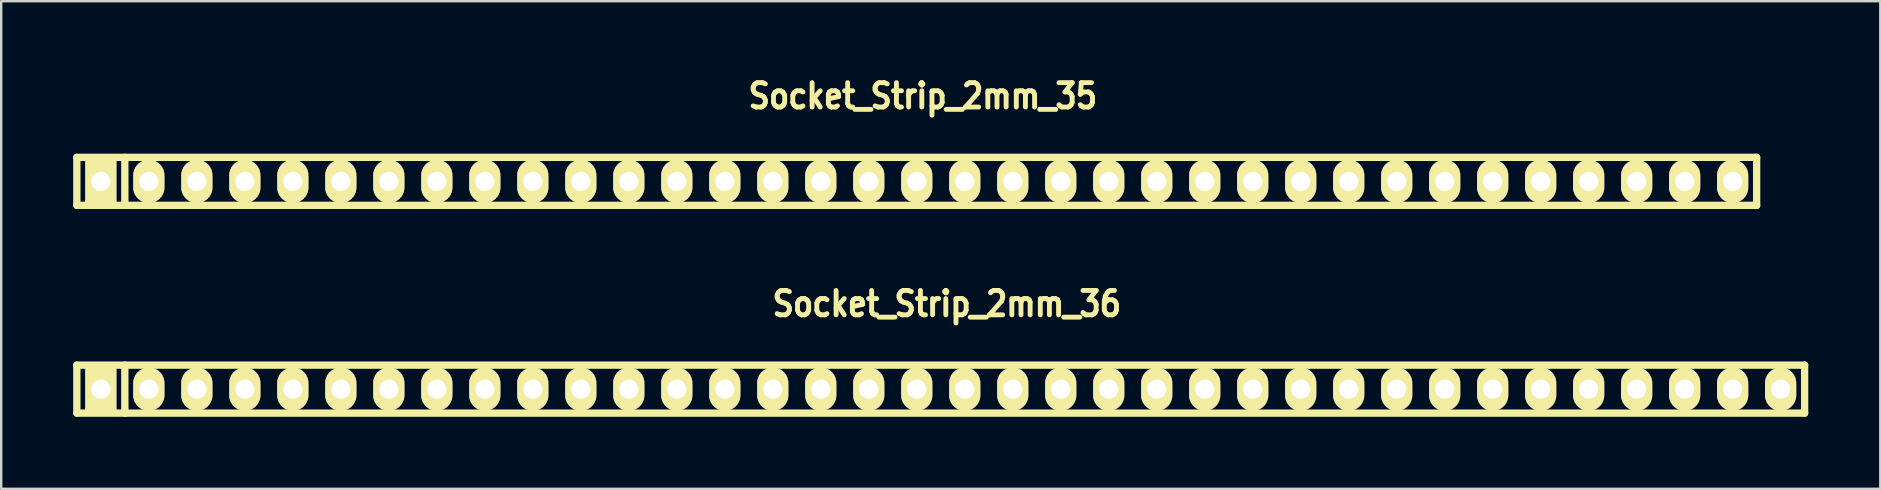
<source format=kicad_pcb>
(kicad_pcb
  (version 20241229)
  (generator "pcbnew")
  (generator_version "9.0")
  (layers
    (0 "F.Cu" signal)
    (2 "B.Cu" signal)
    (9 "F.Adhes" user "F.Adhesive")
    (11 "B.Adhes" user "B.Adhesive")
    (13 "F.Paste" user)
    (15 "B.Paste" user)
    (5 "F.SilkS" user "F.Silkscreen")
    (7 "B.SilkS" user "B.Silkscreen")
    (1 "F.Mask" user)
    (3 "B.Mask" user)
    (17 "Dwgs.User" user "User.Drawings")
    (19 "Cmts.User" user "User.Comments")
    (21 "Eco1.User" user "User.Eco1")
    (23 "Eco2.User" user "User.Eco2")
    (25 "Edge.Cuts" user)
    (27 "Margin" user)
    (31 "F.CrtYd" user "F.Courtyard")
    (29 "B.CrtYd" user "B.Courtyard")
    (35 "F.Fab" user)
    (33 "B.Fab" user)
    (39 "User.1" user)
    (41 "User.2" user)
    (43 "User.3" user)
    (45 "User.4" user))
  (footprint "Socket_Strip_2mm_35"
    (layer "F.Cu")
    (at 35.152 4.507)
    (property "Reference" "Socket_Strip_2mm_35" (at 0.254 -3.556 0) (layer "F.SilkS") (effects (font (size 1.016 0.889) (thickness 0.203))))
    (attr through_hole)
    (fp_line (start -35 -1) (end 35 -1) (stroke (width 0.305) (type solid)) (layer "F.SilkS"))
    (fp_line (start -35 1) (end -35 -1) (stroke (width 0.305) (type solid)) (layer "F.SilkS"))
    (fp_line (start -33 -1) (end -33 1) (stroke (width 0.305) (type solid)) (layer "F.SilkS"))
    (fp_line (start 35 -1) (end 35 1) (stroke (width 0.305) (type solid)) (layer "F.SilkS"))
    (fp_line (start 35 1) (end -35 1) (stroke (width 0.305) (type solid)) (layer "F.SilkS"))
    (pad "1" thru_hole rect (at -34 0) (size 1.3 1.8) (drill 0.8) (layers "*.Cu" "*.Mask" "F.SilkS"))
    (pad "2" thru_hole oval (at -32 0) (size 1.3 1.8) (drill 0.8) (layers "*.Cu" "*.Mask" "F.SilkS"))
    (pad "3" thru_hole oval (at -30 0) (size 1.3 1.8) (drill 0.8) (layers "*.Cu" "*.Mask" "F.SilkS"))
    (pad "4" thru_hole oval (at -28 0) (size 1.3 1.8) (drill 0.8) (layers "*.Cu" "*.Mask" "F.SilkS"))
    (pad "5" thru_hole oval (at -26 0) (size 1.3 1.8) (drill 0.8) (layers "*.Cu" "*.Mask" "F.SilkS"))
    (pad "6" thru_hole oval (at -24 0) (size 1.3 1.8) (drill 0.8) (layers "*.Cu" "*.Mask" "F.SilkS"))
    (pad "7" thru_hole oval (at -22 0) (size 1.3 1.8) (drill 0.8) (layers "*.Cu" "*.Mask" "F.SilkS"))
    (pad "8" thru_hole oval (at -20 0) (size 1.3 1.8) (drill 0.8) (layers "*.Cu" "*.Mask" "F.SilkS"))
    (pad "9" thru_hole oval (at -18 0) (size 1.3 1.8) (drill 0.8) (layers "*.Cu" "*.Mask" "F.SilkS"))
    (pad "10" thru_hole oval (at -16 0) (size 1.3 1.8) (drill 0.8) (layers "*.Cu" "*.Mask" "F.SilkS"))
    (pad "11" thru_hole oval (at -14 0) (size 1.3 1.8) (drill 0.8) (layers "*.Cu" "*.Mask" "F.SilkS"))
    (pad "12" thru_hole oval (at -12 0) (size 1.3 1.8) (drill 0.8) (layers "*.Cu" "*.Mask" "F.SilkS"))
    (pad "13" thru_hole oval (at -10 0) (size 1.3 1.8) (drill 0.8) (layers "*.Cu" "*.Mask" "F.SilkS"))
    (pad "14" thru_hole oval (at -8 0) (size 1.3 1.8) (drill 0.8) (layers "*.Cu" "*.Mask" "F.SilkS"))
    (pad "15" thru_hole oval (at -6 0) (size 1.3 1.8) (drill 0.8) (layers "*.Cu" "*.Mask" "F.SilkS"))
    (pad "16" thru_hole oval (at -4 0) (size 1.3 1.8) (drill 0.8) (layers "*.Cu" "*.Mask" "F.SilkS"))
    (pad "17" thru_hole oval (at -2 0) (size 1.3 1.8) (drill 0.8) (layers "*.Cu" "*.Mask" "F.SilkS"))
    (pad "18" thru_hole oval (at 0 0) (size 1.3 1.8) (drill 0.8) (layers "*.Cu" "*.Mask" "F.SilkS"))
    (pad "19" thru_hole oval (at 2 0) (size 1.3 1.8) (drill 0.8) (layers "*.Cu" "*.Mask" "F.SilkS"))
    (pad "20" thru_hole oval (at 4 0) (size 1.3 1.8) (drill 0.8) (layers "*.Cu" "*.Mask" "F.SilkS"))
    (pad "21" thru_hole oval (at 6 0) (size 1.3 1.8) (drill 0.8) (layers "*.Cu" "*.Mask" "F.SilkS"))
    (pad "22" thru_hole oval (at 8 0) (size 1.3 1.8) (drill 0.8) (layers "*.Cu" "*.Mask" "F.SilkS"))
    (pad "23" thru_hole oval (at 10 0) (size 1.3 1.8) (drill 0.8) (layers "*.Cu" "*.Mask" "F.SilkS"))
    (pad "24" thru_hole oval (at 12 0) (size 1.3 1.8) (drill 0.8) (layers "*.Cu" "*.Mask" "F.SilkS"))
    (pad "25" thru_hole oval (at 14 0) (size 1.3 1.8) (drill 0.8) (layers "*.Cu" "*.Mask" "F.SilkS"))
    (pad "26" thru_hole oval (at 16 0) (size 1.3 1.8) (drill 0.8) (layers "*.Cu" "*.Mask" "F.SilkS"))
    (pad "27" thru_hole oval (at 18 0) (size 1.3 1.8) (drill 0.8) (layers "*.Cu" "*.Mask" "F.SilkS"))
    (pad "28" thru_hole oval (at 20 0) (size 1.3 1.8) (drill 0.8) (layers "*.Cu" "*.Mask" "F.SilkS"))
    (pad "29" thru_hole oval (at 22 0) (size 1.3 1.8) (drill 0.8) (layers "*.Cu" "*.Mask" "F.SilkS"))
    (pad "30" thru_hole oval (at 24 0) (size 1.3 1.8) (drill 0.8) (layers "*.Cu" "*.Mask" "F.SilkS"))
    (pad "31" thru_hole oval (at 26 0) (size 1.3 1.8) (drill 0.8) (layers "*.Cu" "*.Mask" "F.SilkS"))
    (pad "32" thru_hole oval (at 28 0) (size 1.3 1.8) (drill 0.8) (layers "*.Cu" "*.Mask" "F.SilkS"))
    (pad "33" thru_hole oval (at 30 0) (size 1.3 1.8) (drill 0.8) (layers "*.Cu" "*.Mask" "F.SilkS"))
    (pad "34" thru_hole oval (at 32 0) (size 1.3 1.8) (drill 0.8) (layers "*.Cu" "*.Mask" "F.SilkS"))
    (pad "35" thru_hole oval (at 34 0) (size 1.3 1.8) (drill 0.8) (layers "*.Cu" "*.Mask" "F.SilkS")))
  (footprint "Socket_Strip_2mm_36"
    (layer "F.Cu")
    (at 36.152 13.166)
    (property "Reference" "Socket_Strip_2mm_36" (at 0.254 -3.556 0) (layer "F.SilkS") (effects (font (size 1.016 0.889) (thickness 0.203))))
    (attr through_hole)
    (fp_line (start -36 -1) (end 36 -1) (stroke (width 0.305) (type solid)) (layer "F.SilkS"))
    (fp_line (start -36 1) (end -36 -1) (stroke (width 0.305) (type solid)) (layer "F.SilkS"))
    (fp_line (start -34 -1) (end -34 1) (stroke (width 0.305) (type solid)) (layer "F.SilkS"))
    (fp_line (start 36 -1) (end 36 1) (stroke (width 0.305) (type solid)) (layer "F.SilkS"))
    (fp_line (start 36 1) (end -36 1) (stroke (width 0.305) (type solid)) (layer "F.SilkS"))
    (pad "1" thru_hole rect (at -35 0) (size 1.3 1.8) (drill 0.8) (layers "*.Cu" "*.Mask" "F.SilkS"))
    (pad "2" thru_hole oval (at -33 0) (size 1.3 1.8) (drill 0.8) (layers "*.Cu" "*.Mask" "F.SilkS"))
    (pad "3" thru_hole oval (at -31 0) (size 1.3 1.8) (drill 0.8) (layers "*.Cu" "*.Mask" "F.SilkS"))
    (pad "4" thru_hole oval (at -29 0) (size 1.3 1.8) (drill 0.8) (layers "*.Cu" "*.Mask" "F.SilkS"))
    (pad "5" thru_hole oval (at -27 0) (size 1.3 1.8) (drill 0.8) (layers "*.Cu" "*.Mask" "F.SilkS"))
    (pad "6" thru_hole oval (at -25 0) (size 1.3 1.8) (drill 0.8) (layers "*.Cu" "*.Mask" "F.SilkS"))
    (pad "7" thru_hole oval (at -23 0) (size 1.3 1.8) (drill 0.8) (layers "*.Cu" "*.Mask" "F.SilkS"))
    (pad "8" thru_hole oval (at -21 0) (size 1.3 1.8) (drill 0.8) (layers "*.Cu" "*.Mask" "F.SilkS"))
    (pad "9" thru_hole oval (at -19 0) (size 1.3 1.8) (drill 0.8) (layers "*.Cu" "*.Mask" "F.SilkS"))
    (pad "10" thru_hole oval (at -17 0) (size 1.3 1.8) (drill 0.8) (layers "*.Cu" "*.Mask" "F.SilkS"))
    (pad "11" thru_hole oval (at -15 0) (size 1.3 1.8) (drill 0.8) (layers "*.Cu" "*.Mask" "F.SilkS"))
    (pad "12" thru_hole oval (at -13 0) (size 1.3 1.8) (drill 0.8) (layers "*.Cu" "*.Mask" "F.SilkS"))
    (pad "13" thru_hole oval (at -11 0) (size 1.3 1.8) (drill 0.8) (layers "*.Cu" "*.Mask" "F.SilkS"))
    (pad "14" thru_hole oval (at -9 0) (size 1.3 1.8) (drill 0.8) (layers "*.Cu" "*.Mask" "F.SilkS"))
    (pad "15" thru_hole oval (at -7 0) (size 1.3 1.8) (drill 0.8) (layers "*.Cu" "*.Mask" "F.SilkS"))
    (pad "16" thru_hole oval (at -5 0) (size 1.3 1.8) (drill 0.8) (layers "*.Cu" "*.Mask" "F.SilkS"))
    (pad "17" thru_hole oval (at -3 0) (size 1.3 1.8) (drill 0.8) (layers "*.Cu" "*.Mask" "F.SilkS"))
    (pad "18" thru_hole oval (at -1 0) (size 1.3 1.8) (drill 0.8) (layers "*.Cu" "*.Mask" "F.SilkS"))
    (pad "19" thru_hole oval (at 1 0) (size 1.3 1.8) (drill 0.8) (layers "*.Cu" "*.Mask" "F.SilkS"))
    (pad "20" thru_hole oval (at 3 0) (size 1.3 1.8) (drill 0.8) (layers "*.Cu" "*.Mask" "F.SilkS"))
    (pad "21" thru_hole oval (at 5 0) (size 1.3 1.8) (drill 0.8) (layers "*.Cu" "*.Mask" "F.SilkS"))
    (pad "22" thru_hole oval (at 7 0) (size 1.3 1.8) (drill 0.8) (layers "*.Cu" "*.Mask" "F.SilkS"))
    (pad "23" thru_hole oval (at 9 0) (size 1.3 1.8) (drill 0.8) (layers "*.Cu" "*.Mask" "F.SilkS"))
    (pad "24" thru_hole oval (at 11 0) (size 1.3 1.8) (drill 0.8) (layers "*.Cu" "*.Mask" "F.SilkS"))
    (pad "25" thru_hole oval (at 13 0) (size 1.3 1.8) (drill 0.8) (layers "*.Cu" "*.Mask" "F.SilkS"))
    (pad "26" thru_hole oval (at 15 0) (size 1.3 1.8) (drill 0.8) (layers "*.Cu" "*.Mask" "F.SilkS"))
    (pad "27" thru_hole oval (at 17 0) (size 1.3 1.8) (drill 0.8) (layers "*.Cu" "*.Mask" "F.SilkS"))
    (pad "28" thru_hole oval (at 19 0) (size 1.3 1.8) (drill 0.8) (layers "*.Cu" "*.Mask" "F.SilkS"))
    (pad "29" thru_hole oval (at 21 0) (size 1.3 1.8) (drill 0.8) (layers "*.Cu" "*.Mask" "F.SilkS"))
    (pad "30" thru_hole oval (at 23 0) (size 1.3 1.8) (drill 0.8) (layers "*.Cu" "*.Mask" "F.SilkS"))
    (pad "31" thru_hole oval (at 25 0) (size 1.3 1.8) (drill 0.8) (layers "*.Cu" "*.Mask" "F.SilkS"))
    (pad "32" thru_hole oval (at 27 0) (size 1.3 1.8) (drill 0.8) (layers "*.Cu" "*.Mask" "F.SilkS"))
    (pad "33" thru_hole oval (at 29 0) (size 1.3 1.8) (drill 0.8) (layers "*.Cu" "*.Mask" "F.SilkS"))
    (pad "34" thru_hole oval (at 31 0) (size 1.3 1.8) (drill 0.8) (layers "*.Cu" "*.Mask" "F.SilkS"))
    (pad "35" thru_hole oval (at 33 0) (size 1.3 1.8) (drill 0.8) (layers "*.Cu" "*.Mask" "F.SilkS"))
    (pad "36" thru_hole oval (at 35 0) (size 1.3 1.8) (drill 0.8) (layers "*.Cu" "*.Mask" "F.SilkS")))
  (gr_rect
    (start -3 -3)
    (end 75.305 17.319)
    (stroke (width 0.1) (type default))
    (fill no)
    (layer "Edge.Cuts")))
</source>
